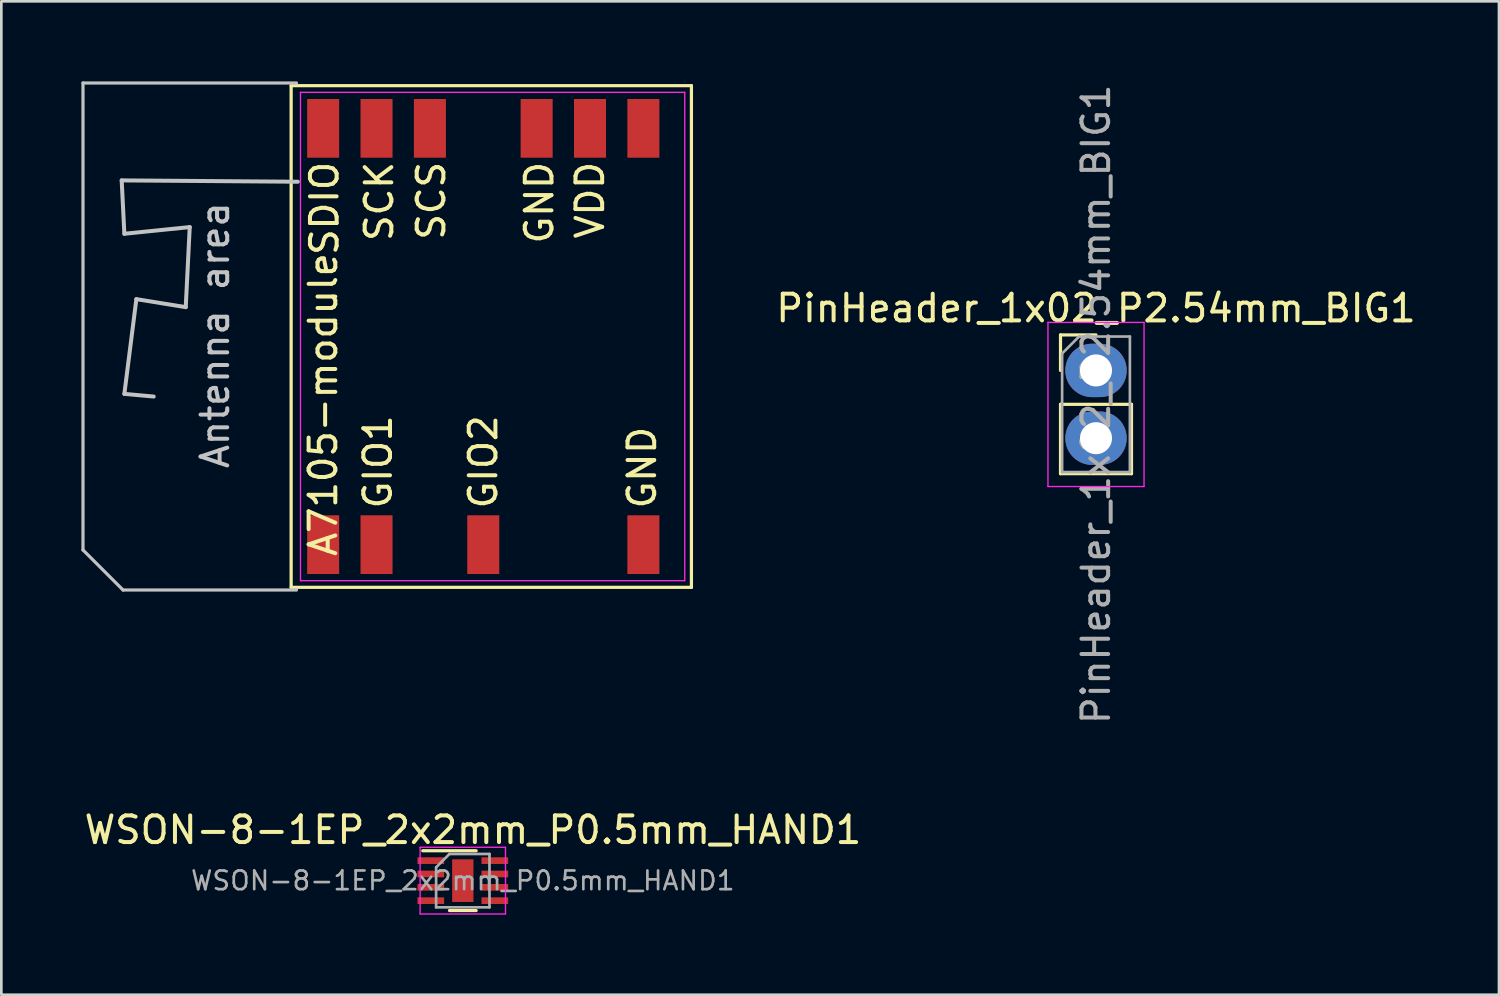
<source format=kicad_pcb>
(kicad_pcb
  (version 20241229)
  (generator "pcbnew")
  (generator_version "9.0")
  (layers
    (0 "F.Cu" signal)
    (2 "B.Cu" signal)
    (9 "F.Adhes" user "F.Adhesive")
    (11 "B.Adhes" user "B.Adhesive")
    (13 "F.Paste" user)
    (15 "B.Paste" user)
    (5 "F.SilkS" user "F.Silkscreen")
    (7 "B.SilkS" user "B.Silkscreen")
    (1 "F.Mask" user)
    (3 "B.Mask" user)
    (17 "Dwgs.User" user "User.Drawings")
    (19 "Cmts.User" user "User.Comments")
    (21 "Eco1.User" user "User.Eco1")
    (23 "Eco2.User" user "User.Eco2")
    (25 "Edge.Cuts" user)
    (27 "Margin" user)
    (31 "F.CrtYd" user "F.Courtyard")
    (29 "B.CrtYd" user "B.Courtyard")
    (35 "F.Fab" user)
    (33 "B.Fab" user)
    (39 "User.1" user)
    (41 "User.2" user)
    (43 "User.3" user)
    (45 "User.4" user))
  (footprint "WSON-8-1EP_2x2mm_P0.5mm_HAND1"
    (layer "F.Cu")
    (at 14.293 29.951)
    (property "Reference" "WSON-8-1EP_2x2mm_P0.5mm_HAND1" (at 0.38 -1.9 0) (layer "F.SilkS") (effects (font (size 1 1) (thickness 0.15))))
    (attr smd)
    (fp_line (start -1.5 -1.12) (end 0.5 -1.12) (stroke (width 0.12) (type solid)) (layer "F.SilkS"))
    (fp_line (start 0.5 1.12) (end -0.5 1.12) (stroke (width 0.12) (type solid)) (layer "F.SilkS"))
    (fp_line (start -1.6 -1.25) (end -1.6 1.25) (stroke (width 0.05) (type solid)) (layer "F.CrtYd"))
    (fp_line (start -1.6 -1.25) (end 1.6 -1.25) (stroke (width 0.05) (type solid)) (layer "F.CrtYd"))
    (fp_line (start -1.6 1.25) (end 1.6 1.25) (stroke (width 0.05) (type solid)) (layer "F.CrtYd"))
    (fp_line (start 1.6 -1.25) (end 1.6 1.25) (stroke (width 0.05) (type solid)) (layer "F.CrtYd"))
    (fp_line (start -1 1) (end -1 -0.5) (stroke (width 0.1) (type solid)) (layer "F.Fab"))
    (fp_line (start -0.5 -1) (end -1 -0.5) (stroke (width 0.1) (type solid)) (layer "F.Fab"))
    (fp_line (start -0.5 -1) (end 1 -1) (stroke (width 0.1) (type solid)) (layer "F.Fab"))
    (fp_line (start 1 -1) (end 1 1) (stroke (width 0.1) (type solid)) (layer "F.Fab"))
    (fp_line (start 1 1) (end -1 1) (stroke (width 0.1) (type solid)) (layer "F.Fab"))
    (fp_text user "${REFERENCE}" (at 0 0 0) (layer "F.Fab") (effects (font (size 0.7 0.7) (thickness 0.1))))
    (pad "" smd rect (at 0 -0.4) (size 0.6 0.65) (layers "F.Paste"))
    (pad "" smd rect (at 0 0.4) (size 0.6 0.65) (layers "F.Paste"))
    (pad "1" smd rect (at -1.2 -0.75) (size 1 0.25) (layers "F.Cu" "F.Mask" "F.Paste"))
    (pad "2" smd rect (at -1.2 -0.25) (size 1 0.25) (layers "F.Cu" "F.Mask" "F.Paste"))
    (pad "3" smd rect (at -1.2 0.25) (size 1 0.25) (layers "F.Cu" "F.Mask" "F.Paste"))
    (pad "4" smd rect (at -1.2 0.75) (size 1 0.25) (layers "F.Cu" "F.Mask" "F.Paste"))
    (pad "5" smd rect (at 1.2 0.75) (size 1 0.25) (layers "F.Cu" "F.Mask" "F.Paste"))
    (pad "6" smd rect (at 1.2 0.25) (size 1 0.25) (layers "F.Cu" "F.Mask" "F.Paste"))
    (pad "7" smd rect (at 1.2 -0.25) (size 1 0.25) (layers "F.Cu" "F.Mask" "F.Paste"))
    (pad "8" smd rect (at 1.2 -0.75) (size 1 0.25) (layers "F.Cu" "F.Mask" "F.Paste"))
    (pad "9" smd rect (at 0 0) (size 0.8 1.6) (layers "F.Cu" "F.Mask")))
  (footprint "A7105-module"
    (layer "F.Cu")
    (at 15.06 9.56)
    (property "Reference" "A7105-module" (at -6 2.55 90) (layer "F.SilkS") (effects (font (size 1 1) (thickness 0.15))))
    (attr smd)
    (fp_line (start -7.2 -9.4) (end 7.8 -9.4) (stroke (width 0.12) (type solid)) (layer "F.SilkS"))
    (fp_line (start -7.2 9.4) (end -7.2 -9.4) (stroke (width 0.12) (type solid)) (layer "F.SilkS"))
    (fp_line (start 7.8 -9.4) (end 7.8 9.4) (stroke (width 0.12) (type solid)) (layer "F.SilkS"))
    (fp_line (start 7.8 9.4) (end -7.2 9.4) (stroke (width 0.12) (type solid)) (layer "F.SilkS"))
    (fp_line (start -15 -9.5) (end -15 8) (stroke (width 0.12) (type solid)) (layer "Dwgs.User"))
    (fp_line (start -15 8) (end -13.5 9.5) (stroke (width 0.12) (type solid)) (layer "Dwgs.User"))
    (fp_line (start -13.55 -5.85) (end -13.45 -3.85) (stroke (width 0.15) (type solid)) (layer "Dwgs.User"))
    (fp_line (start -13.5 9.5) (end -7 9.5) (stroke (width 0.12) (type solid)) (layer "Dwgs.User"))
    (fp_line (start -13.45 -3.85) (end -11 -4.1) (stroke (width 0.15) (type solid)) (layer "Dwgs.User"))
    (fp_line (start -13.45 2.15) (end -12.35 2.25) (stroke (width 0.15) (type solid)) (layer "Dwgs.User"))
    (fp_line (start -13 -1.4) (end -13.45 2.15) (stroke (width 0.15) (type solid)) (layer "Dwgs.User"))
    (fp_line (start -11.15 -1.1) (end -13 -1.4) (stroke (width 0.15) (type solid)) (layer "Dwgs.User"))
    (fp_line (start -11 -4.1) (end -11.15 -1.1) (stroke (width 0.15) (type solid)) (layer "Dwgs.User"))
    (fp_line (start -7 -9.5) (end -15 -9.5) (stroke (width 0.12) (type solid)) (layer "Dwgs.User"))
    (fp_line (start -6.95 -5.8) (end -13.55 -5.85) (stroke (width 0.15) (type solid)) (layer "Dwgs.User"))
    (fp_line (start -6.85 -9.15) (end 7.55 -9.15) (stroke (width 0.05) (type solid)) (layer "F.CrtYd"))
    (fp_line (start -6.85 9.15) (end -6.85 -9.15) (stroke (width 0.05) (type solid)) (layer "F.CrtYd"))
    (fp_line (start 7.55 -9.15) (end 7.55 9.15) (stroke (width 0.05) (type solid)) (layer "F.CrtYd"))
    (fp_line (start 7.55 9.15) (end -6.85 9.15) (stroke (width 0.05) (type solid)) (layer "F.CrtYd"))
    (fp_text user "SDIO" (at -5.95 -4.8 90) (layer "F.SilkS") (effects (font (size 1 1) (thickness 0.15))))
    (fp_text user "GIO2" (at 0 4.7 90) (layer "F.SilkS") (effects (font (size 1 1) (thickness 0.15))))
    (fp_text user "VDD" (at 4 -5.11 90) (layer "F.SilkS") (effects (font (size 1 1) (thickness 0.15))))
    (fp_text user "GND" (at 2.1 -5.014 90) (layer "F.SilkS") (effects (font (size 1 1) (thickness 0.15))))
    (fp_text user "GIO1" (at -3.95 4.7 90) (layer "F.SilkS") (effects (font (size 1 1) (thickness 0.15))))
    (fp_text user "SCK" (at -3.9 -5.062 90) (layer "F.SilkS") (effects (font (size 1 1) (thickness 0.15))))
    (fp_text user "SCS" (at -1.95 -5.086 90) (layer "F.SilkS") (effects (font (size 1 1) (thickness 0.15))))
    (fp_text user "GND" (at 5.95 4.914 90) (layer "F.SilkS") (effects (font (size 1 1) (thickness 0.15))))
    (fp_text user "Antenna area" (at -10.05 -0.05 90) (layer "Dwgs.User") (effects (font (size 1 1) (thickness 0.15))))
    (pad "1" smd rect (at -6 7.8) (size 1.2 2.2) (layers "F.Cu" "F.Mask" "F.Paste"))
    (pad "2" smd rect (at -4 7.8) (size 1.2 2.2) (layers "F.Cu" "F.Mask" "F.Paste"))
    (pad "4" smd rect (at 0 7.8) (size 1.2 2.2) (layers "F.Cu" "F.Mask" "F.Paste"))
    (pad "7" smd rect (at 6 7.8) (size 1.2 2.2) (layers "F.Cu" "F.Mask" "F.Paste"))
    (pad "8" smd rect (at 6 -7.8) (size 1.2 2.2) (layers "F.Cu" "F.Mask" "F.Paste"))
    (pad "9" smd rect (at 4 -7.8) (size 1.2 2.2) (layers "F.Cu" "F.Mask" "F.Paste"))
    (pad "10" smd rect (at 2 -7.8) (size 1.2 2.2) (layers "F.Cu" "F.Mask" "F.Paste"))
    (pad "12" smd rect (at -2 -7.8) (size 1.2 2.2) (layers "F.Cu" "F.Mask" "F.Paste"))
    (pad "13" smd rect (at -4 -7.8) (size 1.2 2.2) (layers "F.Cu" "F.Mask" "F.Paste"))
    (pad "14" smd rect (at -6 -7.8) (size 1.2 2.2) (layers "F.Cu" "F.Mask" "F.Paste")))
  (footprint "PinHeader_1x02_P2.54mm_BIG1"
    (layer "F.Cu")
    (at 38.021 10.831)
    (property "Reference" "PinHeader_1x02_P2.54mm_BIG1" (at 0 -2.33 0) (layer "F.SilkS") (effects (font (size 1 1) (thickness 0.15))))
    (attr through_hole)
    (fp_line (start -1.33 -1.33) (end 0 -1.33) (stroke (width 0.12) (type solid)) (layer "F.SilkS"))
    (fp_line (start -1.33 0) (end -1.33 -1.33) (stroke (width 0.12) (type solid)) (layer "F.SilkS"))
    (fp_line (start -1.33 1.27) (end -1.33 3.87) (stroke (width 0.12) (type solid)) (layer "F.SilkS"))
    (fp_line (start -1.33 1.27) (end 1.33 1.27) (stroke (width 0.12) (type solid)) (layer "F.SilkS"))
    (fp_line (start -1.33 3.87) (end 1.33 3.87) (stroke (width 0.12) (type solid)) (layer "F.SilkS"))
    (fp_line (start 1.33 1.27) (end 1.33 3.87) (stroke (width 0.12) (type solid)) (layer "F.SilkS"))
    (fp_line (start -1.8 -1.8) (end -1.8 4.35) (stroke (width 0.05) (type solid)) (layer "F.CrtYd"))
    (fp_line (start -1.8 4.35) (end 1.8 4.35) (stroke (width 0.05) (type solid)) (layer "F.CrtYd"))
    (fp_line (start 1.8 -1.8) (end -1.8 -1.8) (stroke (width 0.05) (type solid)) (layer "F.CrtYd"))
    (fp_line (start 1.8 4.35) (end 1.8 -1.8) (stroke (width 0.05) (type solid)) (layer "F.CrtYd"))
    (fp_line (start -1.27 -0.635) (end -0.635 -1.27) (stroke (width 0.1) (type solid)) (layer "F.Fab"))
    (fp_line (start -1.27 3.81) (end -1.27 -0.635) (stroke (width 0.1) (type solid)) (layer "F.Fab"))
    (fp_line (start -0.635 -1.27) (end 1.27 -1.27) (stroke (width 0.1) (type solid)) (layer "F.Fab"))
    (fp_line (start 1.27 -1.27) (end 1.27 3.81) (stroke (width 0.1) (type solid)) (layer "F.Fab"))
    (fp_line (start 1.27 3.81) (end -1.27 3.81) (stroke (width 0.1) (type solid)) (layer "F.Fab"))
    (fp_text user "${REFERENCE}" (at 0 1.27 90) (layer "F.Fab") (effects (font (size 1 1) (thickness 0.15))))
    (pad "1" thru_hole oval (at 0 0) (size 2.3 2) (drill 1.2) (layers "*.Cu" "*.Mask"))
    (pad "2" thru_hole oval (at 0 2.54) (size 2.3 2) (drill 1.2) (layers "*.Cu" "*.Mask")))
  (gr_rect
    (start -3 -3)
    (end 53.122 34.226)
    (stroke (width 0.1) (type default))
    (fill no)
    (layer "Edge.Cuts")))
</source>
